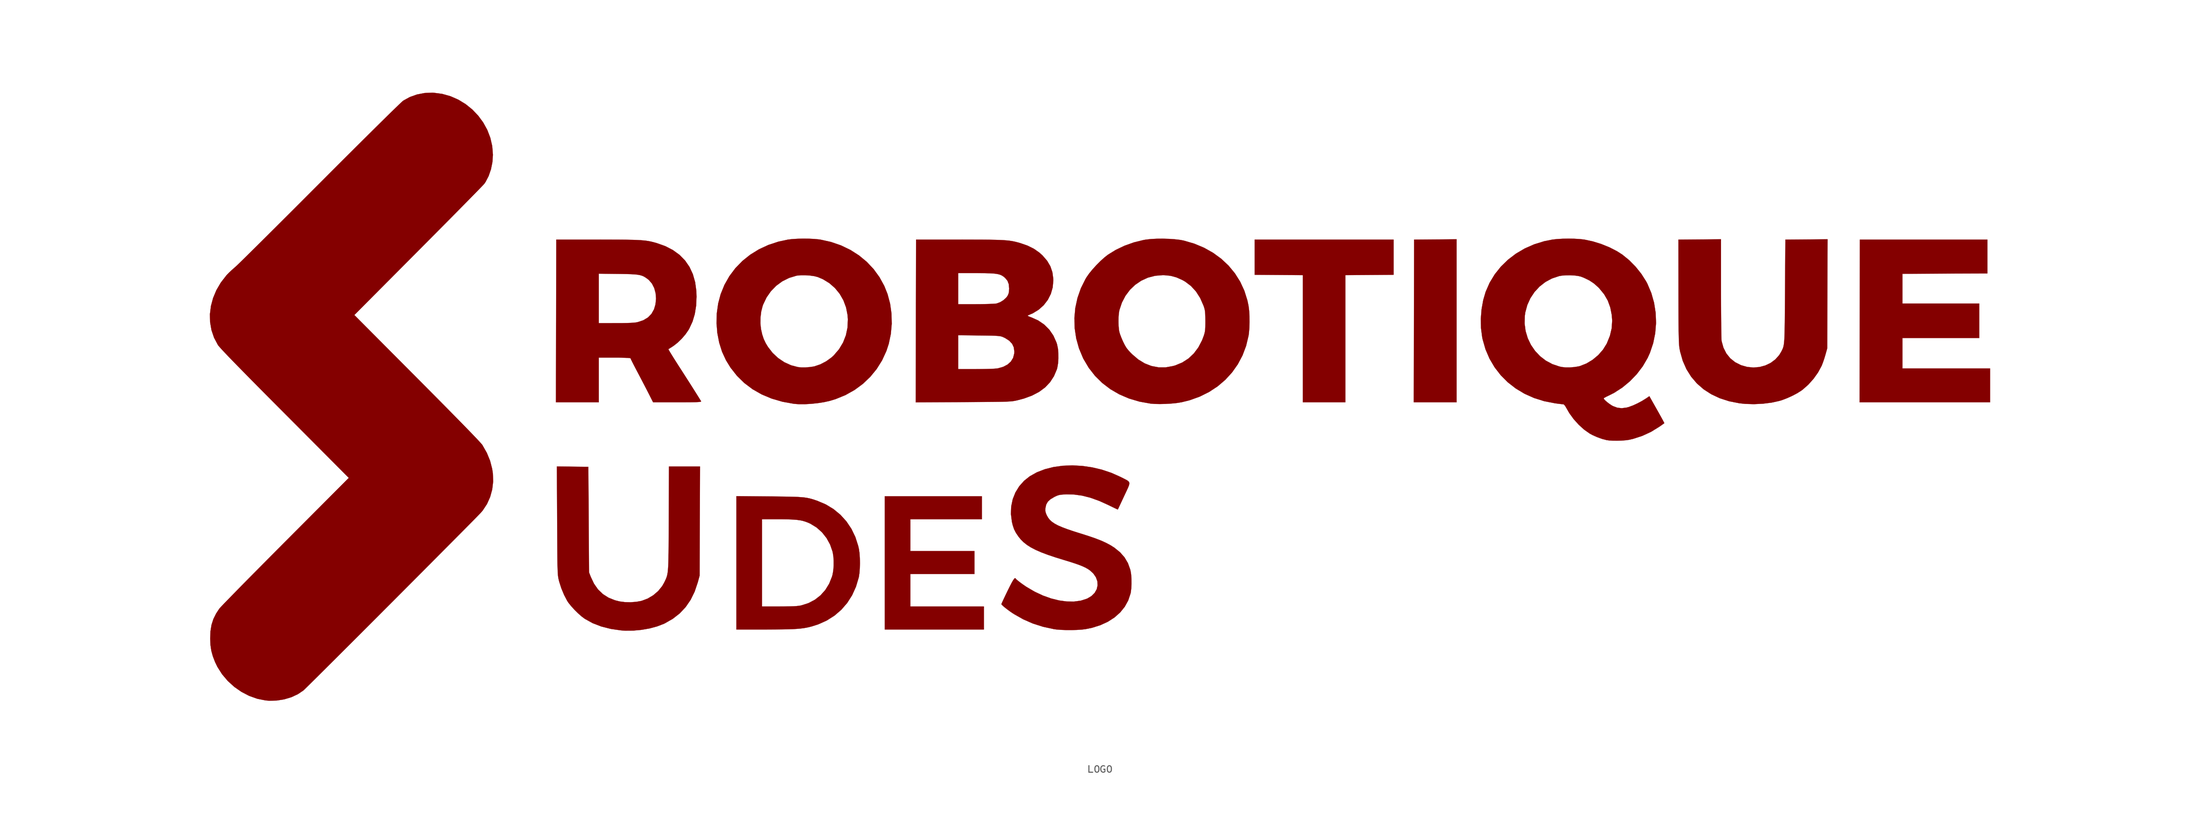
<source format=kicad_sym>
(kicad_symbol_lib
  (version 20220914)
  (generator "bitmap2component")
  (generator_version "8.0")
  (symbol "LOGO"
    (pin_names
      (offset 1.016))
    (property "Reference" "#G"
      (at 0 41.84 0)
      (effects (font (size 1.27 1.27)) hide))
    (symbol "LOGO_0_0"
      (polyline (pts (xy -101.985 -37.979) (xy -101.05 -37.83) (xy -100.159 -37.563) (xy -99.343 -37.188) (xy -98.638 -36.712) (xy -98.627 -36.703) (xy -98.505 -36.588) (xy -98.273 -36.361) (xy -97.937 -36.031) (xy -97.505 -35.603) (xy -96.984 -35.087) (xy -96.382 -34.488) (xy -95.707 -33.815) (xy -94.964 -33.075) (xy -94.163 -32.275) (xy -93.31 -31.423) (xy -92.412 -30.526) (xy -91.477 -29.591) (xy -90.513 -28.626) (xy -89.526 -27.638) (xy -88.525 -26.634) (xy -87.515 -25.623) (xy -86.506 -24.61) (xy -85.504 -23.605) (xy -84.516 -22.614) (xy -83.55 -21.644) (xy -82.613 -20.703) (xy -81.713 -19.798) (xy -80.857 -18.936) (xy -80.052 -18.126) (xy -79.306 -17.374) (xy -78.626 -16.688) (xy -78.02 -16.075) (xy -77.494 -15.543) (xy -77.056 -15.099) (xy -76.714 -14.749) (xy -76.475 -14.503) (xy -76.346 -14.367) (xy -76.11 -14.086) (xy -75.585 -13.288) (xy -75.19 -12.402) (xy -74.931 -11.451) (xy -74.816 -10.46) (xy -74.852 -9.451) (xy -74.936 -8.884) (xy -75.197 -7.866) (xy -75.603 -6.875) (xy -76.166 -5.883) (xy -76.218 -5.814) (xy -76.401 -5.604) (xy -76.702 -5.277) (xy -77.118 -4.837) (xy -77.647 -4.286) (xy -78.288 -3.625) (xy -79.039 -2.856) (xy -79.897 -1.982) (xy -80.86 -1.004) (xy -81.927 0.074) (xy -83.095 1.252) (xy -84.362 2.527) (xy -92.244 10.449) (xy -84.194 18.54) (xy -83.773 18.964) (xy -82.809 19.934) (xy -81.879 20.872) (xy -80.989 21.77) (xy -80.147 22.62) (xy -79.361 23.416) (xy -78.636 24.151) (xy -77.981 24.816) (xy -77.403 25.405) (xy -76.909 25.911) (xy -76.505 26.326) (xy -76.201 26.642) (xy -76.001 26.853) (xy -75.914 26.951) (xy -75.766 27.17) (xy -75.382 27.908) (xy -75.093 28.744) (xy -74.911 29.64) (xy -74.847 30.555) (xy -74.847 30.582) (xy -74.931 31.663) (xy -75.17 32.709) (xy -75.552 33.705) (xy -76.066 34.639) (xy -76.698 35.498) (xy -77.436 36.27) (xy -78.269 36.941) (xy -79.185 37.5) (xy -80.17 37.933) (xy -81.213 38.227) (xy -82.302 38.37) (xy -82.439 38.377) (xy -83.424 38.336) (xy -84.385 38.15) (xy -85.289 37.827) (xy -86.106 37.374) (xy -86.169 37.323) (xy -86.358 37.15) (xy -86.656 36.867) (xy -87.058 36.479) (xy -87.558 35.993) (xy -88.148 35.415) (xy -88.823 34.75) (xy -89.578 34.005) (xy -90.405 33.185) (xy -91.299 32.297) (xy -92.254 31.346) (xy -93.264 30.339) (xy -94.323 29.281) (xy -95.424 28.179) (xy -96.562 27.038) (xy -97.561 26.038) (xy -98.632 24.965) (xy -99.671 23.925) (xy -100.672 22.925) (xy -101.627 21.972) (xy -102.529 21.073) (xy -103.373 20.233) (xy -104.15 19.461) (xy -104.856 18.762) (xy -105.482 18.143) (xy -106.022 17.61) (xy -106.469 17.172) (xy -106.817 16.833) (xy -107.059 16.602) (xy -107.188 16.484) (xy -107.305 16.385) (xy -107.639 16.088) (xy -107.951 15.795) (xy -108.186 15.557) (xy -108.316 15.415) (xy -109.009 14.52) (xy -109.563 13.572) (xy -109.976 12.585) (xy -110.247 11.574) (xy -110.372 10.555) (xy -110.349 9.543) (xy -110.178 8.553) (xy -109.855 7.599) (xy -109.379 6.699) (xy -109.375 6.692) (xy -109.275 6.561) (xy -109.097 6.356) (xy -108.838 6.071) (xy -108.494 5.703) (xy -108.062 5.249) (xy -107.537 4.706) (xy -106.917 4.069) (xy -106.197 3.334) (xy -105.375 2.499) (xy -104.446 1.559) (xy -103.408 0.51) (xy -102.256 -0.65) (xy -100.987 -1.925) (xy -92.938 -10.01) (xy -100.915 -18.013) (xy -101.251 -18.35) (xy -102.216 -19.32) (xy -103.149 -20.259) (xy -104.043 -21.161) (xy -104.89 -22.017) (xy -105.683 -22.82) (xy -106.415 -23.563) (xy -107.078 -24.239) (xy -107.665 -24.839) (xy -108.168 -25.357) (xy -108.582 -25.784) (xy -108.897 -26.114) (xy -109.107 -26.34) (xy -109.204 -26.452) (xy -109.594 -27.048) (xy -109.941 -27.746) (xy -110.172 -28.468) (xy -110.301 -29.258) (xy -110.339 -30.157) (xy -110.338 -30.262) (xy -110.301 -31.035) (xy -110.197 -31.725) (xy -110.013 -32.401) (xy -109.733 -33.133) (xy -109.434 -33.753) (xy -108.847 -34.677) (xy -108.135 -35.517) (xy -107.319 -36.259) (xy -106.416 -36.89) (xy -105.445 -37.394) (xy -104.427 -37.757) (xy -103.378 -37.965) (xy -102.929 -38.002) (xy -101.985 -37.979)) (stroke (width 0.01) (type default)) (fill (type outline)))
      (polyline (pts (xy -57.22 -29.194) (xy -56.184 -29.097) (xy -55.172 -28.919) (xy -54.229 -28.666) (xy -53.398 -28.346) (xy -53.259 -28.28) (xy -52.263 -27.712) (xy -51.394 -27.033) (xy -50.648 -26.24) (xy -50.023 -25.33) (xy -49.518 -24.3) (xy -49.13 -23.149) (xy -48.898 -22.299) (xy -48.872 -15.44) (xy -48.846 -8.58) (xy -50.793 -8.58) (xy -52.74 -8.58) (xy -52.768 -15.1) (xy -52.769 -15.456) (xy -52.774 -16.655) (xy -52.779 -17.7) (xy -52.785 -18.604) (xy -52.792 -19.379) (xy -52.803 -20.038) (xy -52.816 -20.593) (xy -52.834 -21.056) (xy -52.858 -21.44) (xy -52.888 -21.758) (xy -52.925 -22.021) (xy -52.97 -22.244) (xy -53.024 -22.437) (xy -53.088 -22.614) (xy -53.163 -22.787) (xy -53.249 -22.969) (xy -53.348 -23.172) (xy -53.595 -23.604) (xy -54.094 -24.22) (xy -54.708 -24.749) (xy -55.409 -25.168) (xy -56.167 -25.455) (xy -56.221 -25.469) (xy -56.855 -25.583) (xy -57.566 -25.633) (xy -58.282 -25.617) (xy -58.93 -25.533) (xy -59.51 -25.388) (xy -60.334 -25.059) (xy -61.045 -24.605) (xy -61.65 -24.021) (xy -62.152 -23.303) (xy -62.558 -22.447) (xy -62.78 -21.875) (xy -62.823 -15.248) (xy -62.865 -8.622) (xy -64.838 -8.6) (xy -66.811 -8.577) (xy -66.779 -15.353) (xy -66.779 -15.385) (xy -66.773 -16.615) (xy -66.767 -17.688) (xy -66.762 -18.615) (xy -66.756 -19.409) (xy -66.749 -20.083) (xy -66.741 -20.649) (xy -66.732 -21.118) (xy -66.721 -21.504) (xy -66.708 -21.817) (xy -66.692 -22.072) (xy -66.674 -22.279) (xy -66.652 -22.452) (xy -66.627 -22.602) (xy -66.598 -22.741) (xy -66.564 -22.883) (xy -66.522 -23.05) (xy -66.256 -23.88) (xy -65.909 -24.713) (xy -65.518 -25.462) (xy -65.335 -25.732) (xy -65.005 -26.14) (xy -64.605 -26.578) (xy -64.172 -27.006) (xy -63.745 -27.386) (xy -63.362 -27.677) (xy -63.271 -27.737) (xy -62.317 -28.262) (xy -61.24 -28.677) (xy -60.051 -28.98) (xy -58.759 -29.167) (xy -58.235 -29.202) (xy -57.22 -29.194)) (stroke (width 0.01) (type default)) (fill (type outline)))
      (polyline (pts (xy -1.563 -29.108) (xy -0.956 -29.071) (xy -0.461 -29.012) (xy 0.38 -28.84) (xy 1.429 -28.509) (xy 2.372 -28.073) (xy 3.2 -27.538) (xy 3.906 -26.91) (xy 4.481 -26.196) (xy 4.917 -25.402) (xy 5.205 -24.535) (xy 5.231 -24.415) (xy 5.295 -23.911) (xy 5.325 -23.322) (xy 5.32 -22.709) (xy 5.279 -22.137) (xy 5.203 -21.667) (xy 5.168 -21.525) (xy 4.878 -20.718) (xy 4.455 -19.999) (xy 3.889 -19.356) (xy 3.169 -18.775) (xy 3.111 -18.736) (xy 2.642 -18.442) (xy 2.116 -18.163) (xy 1.511 -17.891) (xy 0.805 -17.616) (xy -0.023 -17.329) (xy -0.995 -17.02) (xy -1.914 -16.731) (xy -2.701 -16.465) (xy -3.354 -16.221) (xy -3.887 -15.989) (xy -4.315 -15.762) (xy -4.655 -15.532) (xy -4.922 -15.29) (xy -5.13 -15.028) (xy -5.295 -14.739) (xy -5.35 -14.624) (xy -5.457 -14.346) (xy -5.494 -14.097) (xy -5.477 -13.789) (xy -5.477 -13.784) (xy -5.381 -13.356) (xy -5.178 -13.001) (xy -4.848 -12.693) (xy -4.37 -12.408) (xy -4.318 -12.382) (xy -4.058 -12.259) (xy -3.832 -12.179) (xy -3.589 -12.129) (xy -3.278 -12.1) (xy -2.849 -12.08) (xy -1.876 -12.1) (xy -0.869 -12.24) (xy 0.176 -12.505) (xy 1.276 -12.902) (xy 2.453 -13.434) (xy 2.662 -13.537) (xy 3.033 -13.718) (xy 3.333 -13.861) (xy 3.533 -13.955) (xy 3.608 -13.986) (xy 3.616 -13.971) (xy 3.68 -13.835) (xy 3.802 -13.577) (xy 3.969 -13.219) (xy 4.173 -12.783) (xy 4.402 -12.292) (xy 4.451 -12.187) (xy 4.705 -11.649) (xy 4.893 -11.241) (xy 5.012 -10.938) (xy 5.057 -10.715) (xy 5.026 -10.548) (xy 4.915 -10.413) (xy 4.719 -10.284) (xy 4.437 -10.137) (xy 4.064 -9.948) (xy 3.969 -9.9) (xy 2.814 -9.383) (xy 1.61 -8.979) (xy 0.378 -8.687) (xy -0.865 -8.507) (xy -2.098 -8.441) (xy -3.301 -8.487) (xy -4.457 -8.646) (xy -5.546 -8.919) (xy -6.547 -9.306) (xy -7.442 -9.806) (xy -8.159 -10.376) (xy -8.77 -11.064) (xy -9.247 -11.839) (xy -9.584 -12.686) (xy -9.774 -13.59) (xy -9.811 -14.536) (xy -9.691 -15.509) (xy -9.585 -15.958) (xy -9.418 -16.454) (xy -9.19 -16.904) (xy -8.87 -17.377) (xy -8.589 -17.725) (xy -8.223 -18.091) (xy -7.796 -18.43) (xy -7.292 -18.75) (xy -6.697 -19.059) (xy -5.995 -19.365) (xy -5.172 -19.676) (xy -4.212 -19.998) (xy -3.1 -20.341) (xy -2.695 -20.463) (xy -1.962 -20.694) (xy -1.363 -20.899) (xy -0.876 -21.088) (xy -0.48 -21.269) (xy -0.154 -21.451) (xy 0.124 -21.642) (xy 0.531 -22.017) (xy 0.86 -22.494) (xy 1.04 -22.998) (xy 1.072 -23.506) (xy 0.959 -23.999) (xy 0.702 -24.454) (xy 0.304 -24.852) (xy -0.233 -25.171) (xy -0.275 -25.189) (xy -1.036 -25.433) (xy -1.885 -25.548) (xy -2.803 -25.538) (xy -3.774 -25.405) (xy -4.78 -25.154) (xy -5.804 -24.787) (xy -6.827 -24.308) (xy -7.832 -23.721) (xy -7.947 -23.645) (xy -8.299 -23.404) (xy -8.633 -23.161) (xy -8.917 -22.94) (xy -9.121 -22.766) (xy -9.215 -22.66) (xy -9.238 -22.622) (xy -9.304 -22.602) (xy -9.399 -22.68) (xy -9.532 -22.866) (xy -9.709 -23.173) (xy -9.938 -23.613) (xy -10.227 -24.196) (xy -10.298 -24.343) (xy -10.524 -24.811) (xy -10.718 -25.222) (xy -10.871 -25.552) (xy -10.971 -25.777) (xy -11.006 -25.874) (xy -10.952 -25.955) (xy -10.785 -26.115) (xy -10.534 -26.325) (xy -10.228 -26.563) (xy -9.896 -26.806) (xy -9.567 -27.029) (xy -9.426 -27.119) (xy -8.262 -27.779) (xy -7.059 -28.305) (xy -5.784 -28.712) (xy -4.403 -29.011) (xy -4.115 -29.051) (xy -3.557 -29.096) (xy -2.913 -29.121) (xy -2.232 -29.125) (xy -1.563 -29.108)) (stroke (width 0.01) (type default)) (fill (type outline)))
      (polyline (pts (xy -40.703 -29.052) (xy -40.431 -29.052) (xy -39.437 -29.049) (xy -38.588 -29.042) (xy -37.868 -29.028) (xy -37.256 -29.008) (xy -36.735 -28.98) (xy -36.286 -28.942) (xy -35.891 -28.894) (xy -35.53 -28.835) (xy -35.186 -28.762) (xy -34.84 -28.675) (xy -33.999 -28.408) (xy -32.923 -27.922) (xy -31.955 -27.308) (xy -31.099 -26.57) (xy -30.361 -25.715) (xy -29.747 -24.75) (xy -29.264 -23.68) (xy -28.916 -22.512) (xy -28.908 -22.472) (xy -28.832 -21.98) (xy -28.786 -21.378) (xy -28.769 -20.721) (xy -28.782 -20.061) (xy -28.824 -19.451) (xy -28.897 -18.944) (xy -28.983 -18.559) (xy -29.341 -17.44) (xy -29.838 -16.409) (xy -30.466 -15.474) (xy -31.217 -14.645) (xy -32.082 -13.931) (xy -33.053 -13.342) (xy -34.121 -12.889) (xy -34.245 -12.846) (xy -34.556 -12.742) (xy -34.841 -12.655) (xy -35.118 -12.582) (xy -35.403 -12.524) (xy -35.716 -12.476) (xy -36.073 -12.44) (xy -36.493 -12.411) (xy -36.993 -12.39) (xy -37.591 -12.374) (xy -38.306 -12.361) (xy -39.154 -12.351) (xy -40.153 -12.341) (xy -44.281 -12.303) (xy -44.281 -20.678) (xy -44.281 -26.165) (xy -41.063 -26.165) (xy -41.063 -20.685) (xy -41.063 -15.206) (xy -38.985 -15.206) (xy -38.534 -15.207) (xy -37.791 -15.218) (xy -37.177 -15.242) (xy -36.668 -15.284) (xy -36.239 -15.345) (xy -35.863 -15.429) (xy -35.516 -15.54) (xy -35.172 -15.68) (xy -34.982 -15.769) (xy -34.208 -16.244) (xy -33.529 -16.85) (xy -32.96 -17.57) (xy -32.512 -18.386) (xy -32.201 -19.284) (xy -32.198 -19.296) (xy -32.109 -19.807) (xy -32.066 -20.415) (xy -32.068 -21.055) (xy -32.115 -21.661) (xy -32.206 -22.169) (xy -32.276 -22.416) (xy -32.629 -23.3) (xy -33.112 -24.086) (xy -33.714 -24.762) (xy -34.424 -25.318) (xy -35.232 -25.743) (xy -36.127 -26.028) (xy -36.16 -26.035) (xy -36.412 -26.079) (xy -36.714 -26.113) (xy -37.09 -26.137) (xy -37.564 -26.153) (xy -38.159 -26.162) (xy -38.9 -26.165) (xy -41.063 -26.165) (xy -44.281 -26.165) (xy -44.281 -29.053) (xy -40.703 -29.052)) (stroke (width 0.01) (type default)) (fill (type outline)))
      (polyline (pts (xy -13.208 -27.609) (xy -13.208 -26.165) (xy -17.822 -26.165) (xy -22.437 -26.165) (xy -22.437 -24.126) (xy -22.437 -22.087) (xy -18.415 -22.087) (xy -14.393 -22.087) (xy -14.393 -20.643) (xy -14.393 -19.199) (xy -18.415 -19.199) (xy -22.437 -19.199) (xy -22.437 -17.202) (xy -22.437 -15.206) (xy -17.949 -15.206) (xy -13.462 -15.206) (xy -13.462 -13.762) (xy -13.462 -12.318) (xy -19.558 -12.318) (xy -25.654 -12.318) (xy -25.654 -20.685) (xy -25.654 -29.053) (xy -19.431 -29.053) (xy -13.208 -29.053) (xy -13.208 -27.609)) (stroke (width 0.01) (type default)) (fill (type outline)))
      (polyline (pts (xy 66.835 -5.324) (xy 67.343 -5.287) (xy 67.754 -5.231) (xy 68.274 -5.115) (xy 69.436 -4.74) (xy 70.56 -4.221) (xy 71.608 -3.573) (xy 72.222 -3.138) (xy 72.083 -2.864) (xy 72 -2.708) (xy 71.847 -2.431) (xy 71.643 -2.063) (xy 71.403 -1.633) (xy 71.142 -1.17) (xy 70.34 0.251) (xy 69.989 0.01) (xy 69.453 -0.326) (xy 68.858 -0.646) (xy 68.269 -0.917) (xy 67.749 -1.108) (xy 67.48 -1.18) (xy 66.877 -1.258) (xy 66.321 -1.197) (xy 65.775 -0.993) (xy 65.633 -0.915) (xy 65.358 -0.736) (xy 65.081 -0.527) (xy 64.838 -0.319) (xy 64.666 -0.141) (xy 64.601 -0.025) (xy 64.609 -0.011) (xy 64.723 0.07) (xy 64.945 0.19) (xy 65.238 0.33) (xy 65.929 0.679) (xy 66.951 1.34) (xy 67.904 2.13) (xy 68.767 3.028) (xy 69.514 4.01) (xy 70.123 5.054) (xy 70.42 5.713) (xy 70.823 6.916) (xy 71.076 8.166) (xy 71.178 9.44) (xy 71.131 10.72) (xy 70.934 11.984) (xy 70.587 13.212) (xy 70.091 14.383) (xy 69.936 14.675) (xy 69.337 15.616) (xy 68.616 16.518) (xy 67.807 17.338) (xy 66.947 18.037) (xy 66.272 18.469) (xy 65.331 18.952) (xy 64.307 19.367) (xy 63.245 19.697) (xy 62.19 19.923) (xy 62.15 19.93) (xy 61.581 19.993) (xy 60.903 20.031) (xy 60.168 20.043) (xy 59.432 20.029) (xy 58.746 19.989) (xy 58.166 19.924) (xy 57.136 19.718) (xy 55.876 19.328) (xy 54.691 18.806) (xy 53.593 18.16) (xy 52.592 17.397) (xy 51.7 16.528) (xy 50.928 15.56) (xy 50.287 14.504) (xy 49.789 13.366) (xy 49.487 12.34) (xy 49.277 11.178) (xy 49.182 9.98) (xy 49.194 9.375) (xy 54.678 9.375) (xy 54.704 10.35) (xy 54.767 10.783) (xy 55.017 11.706) (xy 55.407 12.565) (xy 55.925 13.343) (xy 56.555 14.025) (xy 57.286 14.595) (xy 58.103 15.037) (xy 58.993 15.336) (xy 59.319 15.395) (xy 59.825 15.438) (xy 60.375 15.446) (xy 60.916 15.419) (xy 61.397 15.359) (xy 61.764 15.268) (xy 62.163 15.111) (xy 62.823 14.788) (xy 63.393 14.406) (xy 63.923 13.932) (xy 64.06 13.791) (xy 64.666 13.05) (xy 65.121 12.26) (xy 65.436 11.395) (xy 65.625 10.43) (xy 65.675 9.739) (xy 65.613 8.785) (xy 65.39 7.842) (xy 65.004 6.888) (xy 64.977 6.834) (xy 64.515 6.091) (xy 63.92 5.415) (xy 63.223 4.831) (xy 62.453 4.365) (xy 61.64 4.042) (xy 61.455 3.995) (xy 60.948 3.912) (xy 60.384 3.867) (xy 59.837 3.865) (xy 59.379 3.911) (xy 59.056 3.979) (xy 58.166 4.277) (xy 57.353 4.713) (xy 56.625 5.272) (xy 55.996 5.938) (xy 55.475 6.697) (xy 55.075 7.533) (xy 54.805 8.431) (xy 54.678 9.375) (xy 49.194 9.375) (xy 49.206 8.794) (xy 49.352 7.67) (xy 49.41 7.391) (xy 49.77 6.136) (xy 50.274 4.963) (xy 50.914 3.877) (xy 51.681 2.887) (xy 52.567 1.999) (xy 53.565 1.222) (xy 54.665 0.562) (xy 55.861 0.026) (xy 57.144 -0.376) (xy 58.505 -0.64) (xy 58.781 -0.677) (xy 59.131 -0.721) (xy 59.398 -0.751) (xy 59.541 -0.763) (xy 59.609 -0.789) (xy 59.759 -0.954) (xy 59.935 -1.256) (xy 60.295 -1.881) (xy 60.841 -2.631) (xy 61.471 -3.332) (xy 62.149 -3.946) (xy 62.839 -4.432) (xy 63.181 -4.619) (xy 63.779 -4.888) (xy 64.401 -5.113) (xy 64.969 -5.263) (xy 65.277 -5.305) (xy 65.748 -5.333) (xy 66.285 -5.339) (xy 66.835 -5.324)) (stroke (width 0.01) (type default)) (fill (type outline)))
      (polyline (pts (xy -35.664 -0.751) (xy -34.861 -0.704) (xy -34.045 -0.617) (xy -33.262 -0.494) (xy -32.564 -0.339) (xy -31.804 -0.108) (xy -30.578 0.396) (xy -29.442 1.033) (xy -28.405 1.796) (xy -27.477 2.676) (xy -26.668 3.663) (xy -25.987 4.751) (xy -25.445 5.929) (xy -25.148 6.836) (xy -24.889 8.07) (xy -24.775 9.343) (xy -24.806 10.623) (xy -24.981 11.88) (xy -25.303 13.086) (xy -25.709 14.102) (xy -26.316 15.208) (xy -27.054 16.222) (xy -27.916 17.135) (xy -28.891 17.94) (xy -29.97 18.629) (xy -31.144 19.194) (xy -32.403 19.628) (xy -33.737 19.923) (xy -33.887 19.945) (xy -34.472 20.002) (xy -35.155 20.035) (xy -35.883 20.043) (xy -36.603 20.027) (xy -37.262 19.987) (xy -37.806 19.923) (xy -38.994 19.669) (xy -40.264 19.251) (xy -41.449 18.701) (xy -42.54 18.027) (xy -43.528 17.236) (xy -44.403 16.336) (xy -45.155 15.335) (xy -45.777 14.239) (xy -46.257 13.058) (xy -46.564 11.896) (xy -46.736 10.674) (xy -46.771 9.43) (xy -46.767 9.383) (xy -41.264 9.383) (xy -41.252 10.146) (xy -41.158 10.902) (xy -40.985 11.577) (xy -40.913 11.775) (xy -40.49 12.657) (xy -39.94 13.445) (xy -39.276 14.125) (xy -38.515 14.683) (xy -37.67 15.107) (xy -36.756 15.384) (xy -36.664 15.401) (xy -36.181 15.448) (xy -35.619 15.449) (xy -35.037 15.409) (xy -34.498 15.332) (xy -34.064 15.222) (xy -33.415 14.947) (xy -32.61 14.454) (xy -31.905 13.838) (xy -31.311 13.112) (xy -30.841 12.293) (xy -30.507 11.396) (xy -30.319 10.435) (xy -30.28 9.902) (xy -30.325 8.882) (xy -30.529 7.908) (xy -30.886 6.993) (xy -31.395 6.147) (xy -32.052 5.38) (xy -32.349 5.109) (xy -33.017 4.628) (xy -33.746 4.249) (xy -34.48 4.001) (xy -34.576 3.98) (xy -35.057 3.908) (xy -35.592 3.868) (xy -36.108 3.866) (xy -36.534 3.904) (xy -37.408 4.132) (xy -38.251 4.515) (xy -39.031 5.038) (xy -39.725 5.684) (xy -40.311 6.439) (xy -40.593 6.905) (xy -40.848 7.44) (xy -41.038 8.014) (xy -41.19 8.692) (xy -41.264 9.383) (xy -46.767 9.383) (xy -46.671 8.191) (xy -46.439 6.983) (xy -46.078 5.835) (xy -45.588 4.773) (xy -45.011 3.835) (xy -44.204 2.81) (xy -43.282 1.907) (xy -42.247 1.128) (xy -41.102 0.475) (xy -39.851 -0.049) (xy -38.497 -0.444) (xy -37.042 -0.706) (xy -37.033 -0.707) (xy -36.404 -0.753) (xy -35.664 -0.751)) (stroke (width 0.01) (type default)) (fill (type outline)))
      (polyline (pts (xy 9.608 -0.715) (xy 10.344 -0.671) (xy 11.031 -0.601) (xy 11.615 -0.507) (xy 12.632 -0.254) (xy 13.896 0.2) (xy 15.068 0.783) (xy 16.14 1.489) (xy 17.103 2.309) (xy 17.95 3.235) (xy 18.673 4.26) (xy 19.264 5.376) (xy 19.716 6.574) (xy 20.02 7.848) (xy 20.063 8.144) (xy 20.121 8.807) (xy 20.145 9.544) (xy 20.137 10.296) (xy 20.095 11.001) (xy 20.02 11.6) (xy 19.878 12.282) (xy 19.497 13.497) (xy 18.971 14.635) (xy 18.308 15.688) (xy 17.515 16.649) (xy 16.599 17.51) (xy 15.569 18.263) (xy 14.432 18.902) (xy 13.194 19.419) (xy 11.864 19.805) (xy 11.412 19.889) (xy 10.756 19.965) (xy 10.017 20.015) (xy 9.242 20.037) (xy 8.475 20.03) (xy 7.764 19.993) (xy 7.154 19.925) (xy 6.822 19.868) (xy 5.637 19.577) (xy 4.472 19.163) (xy 3.371 18.642) (xy 2.379 18.032) (xy 1.952 17.699) (xy 1.445 17.243) (xy 0.926 16.724) (xy 0.434 16.183) (xy 0.006 15.658) (xy -0.32 15.19) (xy -0.455 14.965) (xy -1.031 13.81) (xy -1.454 12.598) (xy -1.726 11.345) (xy -1.843 10.069) (xy -1.83 9.614) (xy 3.69 9.614) (xy 3.7 10.161) (xy 3.737 10.657) (xy 3.801 11.043) (xy 3.807 11.066) (xy 4.122 12.009) (xy 4.567 12.861) (xy 5.129 13.611) (xy 5.794 14.248) (xy 6.549 14.761) (xy 7.382 15.142) (xy 8.28 15.377) (xy 9.229 15.458) (xy 9.452 15.455) (xy 10.236 15.375) (xy 10.969 15.177) (xy 11.717 14.845) (xy 12.059 14.65) (xy 12.793 14.094) (xy 13.423 13.404) (xy 13.948 12.582) (xy 14.367 11.627) (xy 14.448 11.392) (xy 14.513 11.156) (xy 14.556 10.912) (xy 14.581 10.62) (xy 14.594 10.238) (xy 14.599 9.727) (xy 14.599 9.395) (xy 14.594 8.958) (xy 14.576 8.626) (xy 14.541 8.36) (xy 14.487 8.12) (xy 14.409 7.864) (xy 14.185 7.275) (xy 13.72 6.383) (xy 13.149 5.618) (xy 12.473 4.983) (xy 11.697 4.483) (xy 10.825 4.121) (xy 10.559 4.043) (xy 9.627 3.876) (xy 8.718 3.876) (xy 7.836 4.041) (xy 6.986 4.372) (xy 6.175 4.866) (xy 5.408 5.521) (xy 5.173 5.758) (xy 4.891 6.067) (xy 4.675 6.351) (xy 4.489 6.662) (xy 4.294 7.051) (xy 4.197 7.262) (xy 4.026 7.668) (xy 3.885 8.042) (xy 3.799 8.325) (xy 3.75 8.598) (xy 3.707 9.073) (xy 3.69 9.614) (xy -1.83 9.614) (xy -1.806 8.785) (xy -1.615 7.511) (xy -1.268 6.262) (xy -0.764 5.054) (xy -0.703 4.933) (xy -0.041 3.815) (xy 0.747 2.806) (xy 1.654 1.911) (xy 2.672 1.135) (xy 3.793 0.484) (xy 5.011 -0.039) (xy 6.317 -0.427) (xy 7.705 -0.676) (xy 8.21 -0.717) (xy 8.879 -0.732) (xy 9.608 -0.715)) (stroke (width 0.01) (type default)) (fill (type outline)))
      (polyline (pts (xy 84.595 -0.692) (xy 85.684 -0.555) (xy 86.679 -0.336) (xy 87.034 -0.225) (xy 87.669 0.02) (xy 88.323 0.319) (xy 88.933 0.644) (xy 89.438 0.966) (xy 89.584 1.074) (xy 90.29 1.696) (xy 90.947 2.43) (xy 91.516 3.228) (xy 91.957 4.042) (xy 92.009 4.163) (xy 92.153 4.541) (xy 92.303 4.982) (xy 92.433 5.413) (xy 92.666 6.244) (xy 92.691 13.105) (xy 92.716 19.966) (xy 90.067 19.943) (xy 87.418 19.921) (xy 87.374 13.422) (xy 87.367 12.387) (xy 87.359 11.295) (xy 87.351 10.349) (xy 87.343 9.538) (xy 87.333 8.851) (xy 87.321 8.273) (xy 87.305 7.793) (xy 87.287 7.399) (xy 87.263 7.079) (xy 87.234 6.82) (xy 87.199 6.609) (xy 87.158 6.435) (xy 87.109 6.285) (xy 87.051 6.147) (xy 86.984 6.009) (xy 86.908 5.858) (xy 86.642 5.417) (xy 86.155 4.87) (xy 85.566 4.432) (xy 84.897 4.112) (xy 84.169 3.916) (xy 83.404 3.852) (xy 82.623 3.927) (xy 81.848 4.148) (xy 81.831 4.155) (xy 81.102 4.526) (xy 80.492 5.017) (xy 80.005 5.624) (xy 79.643 6.342) (xy 79.412 7.166) (xy 79.402 7.257) (xy 79.389 7.523) (xy 79.377 7.935) (xy 79.367 8.481) (xy 79.357 9.145) (xy 79.349 9.915) (xy 79.342 10.777) (xy 79.337 11.716) (xy 79.334 12.72) (xy 79.333 13.775) (xy 79.333 19.966) (xy 76.661 19.943) (xy 73.989 19.921) (xy 73.996 13.441) (xy 73.996 13.321) (xy 73.998 12.086) (xy 74.001 11.007) (xy 74.005 10.074) (xy 74.011 9.273) (xy 74.018 8.594) (xy 74.027 8.024) (xy 74.038 7.551) (xy 74.051 7.163) (xy 74.067 6.848) (xy 74.085 6.595) (xy 74.106 6.392) (xy 74.131 6.226) (xy 74.205 5.847) (xy 74.532 4.698) (xy 74.996 3.645) (xy 75.592 2.694) (xy 76.314 1.849) (xy 77.159 1.113) (xy 78.121 0.493) (xy 79.195 -0.009) (xy 80.377 -0.388) (xy 81.661 -0.638) (xy 82.362 -0.712) (xy 83.469 -0.746) (xy 84.595 -0.692)) (stroke (width 0.01) (type default)) (fill (type outline)))
      (polyline (pts (xy -61.553 2.294) (xy -61.553 5.097) (xy -59.563 5.097) (xy -59.21 5.096) (xy -58.682 5.089) (xy -58.232 5.078) (xy -57.881 5.062) (xy -57.654 5.043) (xy -57.573 5.022) (xy -57.564 4.993) (xy -57.491 4.835) (xy -57.355 4.559) (xy -57.167 4.19) (xy -56.939 3.749) (xy -56.681 3.259) (xy -56.646 3.192) (xy -56.343 2.616) (xy -56.031 2.019) (xy -55.732 1.444) (xy -55.469 0.934) (xy -55.263 0.531) (xy -54.737 -0.509) (xy -51.701 -0.509) (xy -51.269 -0.509) (xy -50.538 -0.507) (xy -49.953 -0.503) (xy -49.501 -0.496) (xy -49.166 -0.485) (xy -48.935 -0.47) (xy -48.791 -0.45) (xy -48.721 -0.424) (xy -48.71 -0.393) (xy -48.728 -0.358) (xy -48.828 -0.191) (xy -49.002 0.091) (xy -49.239 0.47) (xy -49.528 0.929) (xy -49.856 1.449) (xy -50.214 2.012) (xy -50.59 2.6) (xy -50.971 3.196) (xy -51.347 3.78) (xy -51.619 4.203) (xy -51.946 4.717) (xy -52.237 5.18) (xy -52.481 5.574) (xy -52.666 5.88) (xy -52.781 6.08) (xy -52.816 6.156) (xy -52.814 6.157) (xy -52.726 6.215) (xy -52.535 6.337) (xy -52.282 6.498) (xy -52.181 6.564) (xy -51.662 6.971) (xy -51.141 7.474) (xy -50.669 8.023) (xy -50.296 8.564) (xy -50.187 8.754) (xy -49.784 9.626) (xy -49.502 10.568) (xy -49.336 11.6) (xy -49.281 12.742) (xy -49.305 13.458) (xy -49.455 14.569) (xy -49.743 15.581) (xy -50.166 16.491) (xy -50.724 17.3) (xy -51.417 18.005) (xy -52.242 18.605) (xy -53.2 19.1) (xy -54.29 19.488) (xy -54.423 19.526) (xy -54.715 19.605) (xy -54.996 19.674) (xy -55.282 19.731) (xy -55.589 19.779) (xy -55.929 19.818) (xy -56.32 19.849) (xy -56.776 19.873) (xy -57.31 19.892) (xy -57.94 19.904) (xy -58.679 19.913) (xy -59.543 19.918) (xy -60.546 19.92) (xy -61.703 19.921) (xy -66.891 19.921) (xy -66.91 9.706) (xy -66.911 9.43) (xy -61.553 9.43) (xy -61.553 12.537) (xy -61.553 15.644) (xy -59.118 15.615) (xy -58.772 15.611) (xy -58.049 15.598) (xy -57.465 15.579) (xy -56.996 15.55) (xy -56.622 15.508) (xy -56.319 15.447) (xy -56.066 15.365) (xy -55.842 15.257) (xy -55.623 15.119) (xy -55.388 14.948) (xy -55.257 14.84) (xy -54.874 14.389) (xy -54.591 13.831) (xy -54.419 13.193) (xy -54.364 12.504) (xy -54.435 11.791) (xy -54.619 11.166) (xy -54.938 10.597) (xy -55.384 10.14) (xy -55.958 9.794) (xy -56.66 9.558) (xy -56.835 9.524) (xy -57.125 9.488) (xy -57.504 9.462) (xy -57.991 9.444) (xy -58.607 9.434) (xy -59.373 9.431) (xy -61.553 9.43) (xy -66.911 9.43) (xy -66.929 -0.51) (xy -64.241 -0.51) (xy -61.553 -0.51) (xy -61.553 2.294)) (stroke (width 0.01) (type default)) (fill (type outline)))
      (polyline (pts (xy -15.812 -0.487) (xy -15.655 -0.487) (xy -14.527 -0.481) (xy -13.552 -0.475) (xy -12.719 -0.469) (xy -12.013 -0.462) (xy -11.421 -0.455) (xy -10.93 -0.446) (xy -10.526 -0.434) (xy -10.196 -0.421) (xy -9.927 -0.405) (xy -9.705 -0.385) (xy -9.517 -0.362) (xy -9.35 -0.335) (xy -9.189 -0.303) (xy -9.023 -0.266) (xy -8.179 -0.043) (xy -7.151 0.335) (xy -6.264 0.802) (xy -5.514 1.36) (xy -4.897 2.012) (xy -4.411 2.761) (xy -4.05 3.61) (xy -3.991 3.817) (xy -3.898 4.364) (xy -3.853 4.99) (xy -3.857 5.636) (xy -3.912 6.243) (xy -4.017 6.753) (xy -4.101 7.014) (xy -4.483 7.868) (xy -4.996 8.616) (xy -5.632 9.25) (xy -6.386 9.765) (xy -7.25 10.152) (xy -7.444 10.223) (xy -7.647 10.311) (xy -7.713 10.371) (xy -7.66 10.414) (xy -7.067 10.664) (xy -6.322 11.122) (xy -5.688 11.691) (xy -5.178 12.356) (xy -4.802 13.102) (xy -4.569 13.915) (xy -4.492 14.781) (xy -4.497 15.017) (xy -4.607 15.831) (xy -4.861 16.575) (xy -5.269 17.266) (xy -5.837 17.924) (xy -6.231 18.282) (xy -6.926 18.77) (xy -7.725 19.167) (xy -8.655 19.489) (xy -8.887 19.555) (xy -9.168 19.628) (xy -9.444 19.692) (xy -9.729 19.745) (xy -10.038 19.79) (xy -10.386 19.826) (xy -10.786 19.855) (xy -11.255 19.877) (xy -11.805 19.894) (xy -12.452 19.906) (xy -13.211 19.914) (xy -14.095 19.918) (xy -15.119 19.92) (xy -16.298 19.921) (xy -21.717 19.921) (xy -21.734 11.808) (xy -16.425 11.808) (xy -16.425 13.762) (xy -16.425 15.716) (xy -14.161 15.715) (xy -13.802 15.714) (xy -13.07 15.708) (xy -12.479 15.692) (xy -12.007 15.665) (xy -11.633 15.623) (xy -11.338 15.564) (xy -11.1 15.486) (xy -10.899 15.384) (xy -10.714 15.257) (xy -10.537 15.108) (xy -10.245 14.751) (xy -10.083 14.329) (xy -10.033 13.804) (xy -10.033 13.778) (xy -10.052 13.402) (xy -10.112 13.121) (xy -10.229 12.867) (xy -10.393 12.641) (xy -10.742 12.32) (xy -11.163 12.059) (xy -11.599 11.899) (xy -11.746 11.879) (xy -12.055 11.857) (xy -12.482 11.838) (xy -13.001 11.824) (xy -13.584 11.814) (xy -14.203 11.81) (xy -16.425 11.808) (xy -21.734 11.808) (xy -21.738 9.701) (xy -21.751 3.653) (xy -16.425 3.653) (xy -16.425 5.782) (xy -16.425 7.911) (xy -13.822 7.883) (xy -13.457 7.879) (xy -12.783 7.87) (xy -12.248 7.86) (xy -11.834 7.846) (xy -11.518 7.829) (xy -11.28 7.806) (xy -11.101 7.777) (xy -10.96 7.74) (xy -10.837 7.694) (xy -10.529 7.549) (xy -10.017 7.218) (xy -9.659 6.831) (xy -9.45 6.382) (xy -9.381 5.861) (xy -9.395 5.614) (xy -9.534 5.07) (xy -9.818 4.604) (xy -10.241 4.223) (xy -10.793 3.934) (xy -11.469 3.746) (xy -11.615 3.727) (xy -11.945 3.703) (xy -12.397 3.682) (xy -12.941 3.667) (xy -13.551 3.656) (xy -14.197 3.653) (xy -16.425 3.653) (xy -21.751 3.653) (xy -21.76 -0.518) (xy -15.812 -0.487)) (stroke (width 0.01) (type default)) (fill (type outline)))
      (polyline (pts (xy 32.173 7.474) (xy 32.173 15.459) (xy 35.2 15.481) (xy 38.227 15.503) (xy 38.227 17.712) (xy 38.227 19.921) (xy 29.506 19.921) (xy 20.786 19.921) (xy 20.786 17.712) (xy 20.786 15.503) (xy 23.812 15.481) (xy 26.839 15.459) (xy 26.839 7.474) (xy 26.839 -0.51) (xy 29.506 -0.51) (xy 32.173 -0.51) (xy 32.173 7.474)) (stroke (width 0.01) (type default)) (fill (type outline)))
      (polyline (pts (xy 46.143 9.728) (xy 46.143 19.966) (xy 43.474 19.943) (xy 40.805 19.921) (xy 40.786 9.706) (xy 40.767 -0.51) (xy 43.455 -0.51) (xy 46.143 -0.51) (xy 46.143 9.728)) (stroke (width 0.01) (type default)) (fill (type outline)))
      (polyline (pts (xy 113.115 1.614) (xy 113.115 3.738) (xy 107.611 3.738) (xy 102.108 3.738) (xy 102.108 5.649) (xy 102.108 7.561) (xy 106.934 7.561) (xy 111.76 7.561) (xy 111.76 9.727) (xy 111.76 11.893) (xy 106.934 11.893) (xy 102.108 11.893) (xy 102.108 13.761) (xy 102.108 15.63) (xy 107.445 15.651) (xy 112.782 15.673) (xy 112.782 17.797) (xy 112.782 19.921) (xy 104.777 19.921) (xy 96.772 19.921) (xy 96.752 9.706) (xy 96.732 -0.51) (xy 104.923 -0.51) (xy 113.115 -0.51) (xy 113.115 1.614)) (stroke (width 0.01) (type default)) (fill (type outline))))))
</source>
